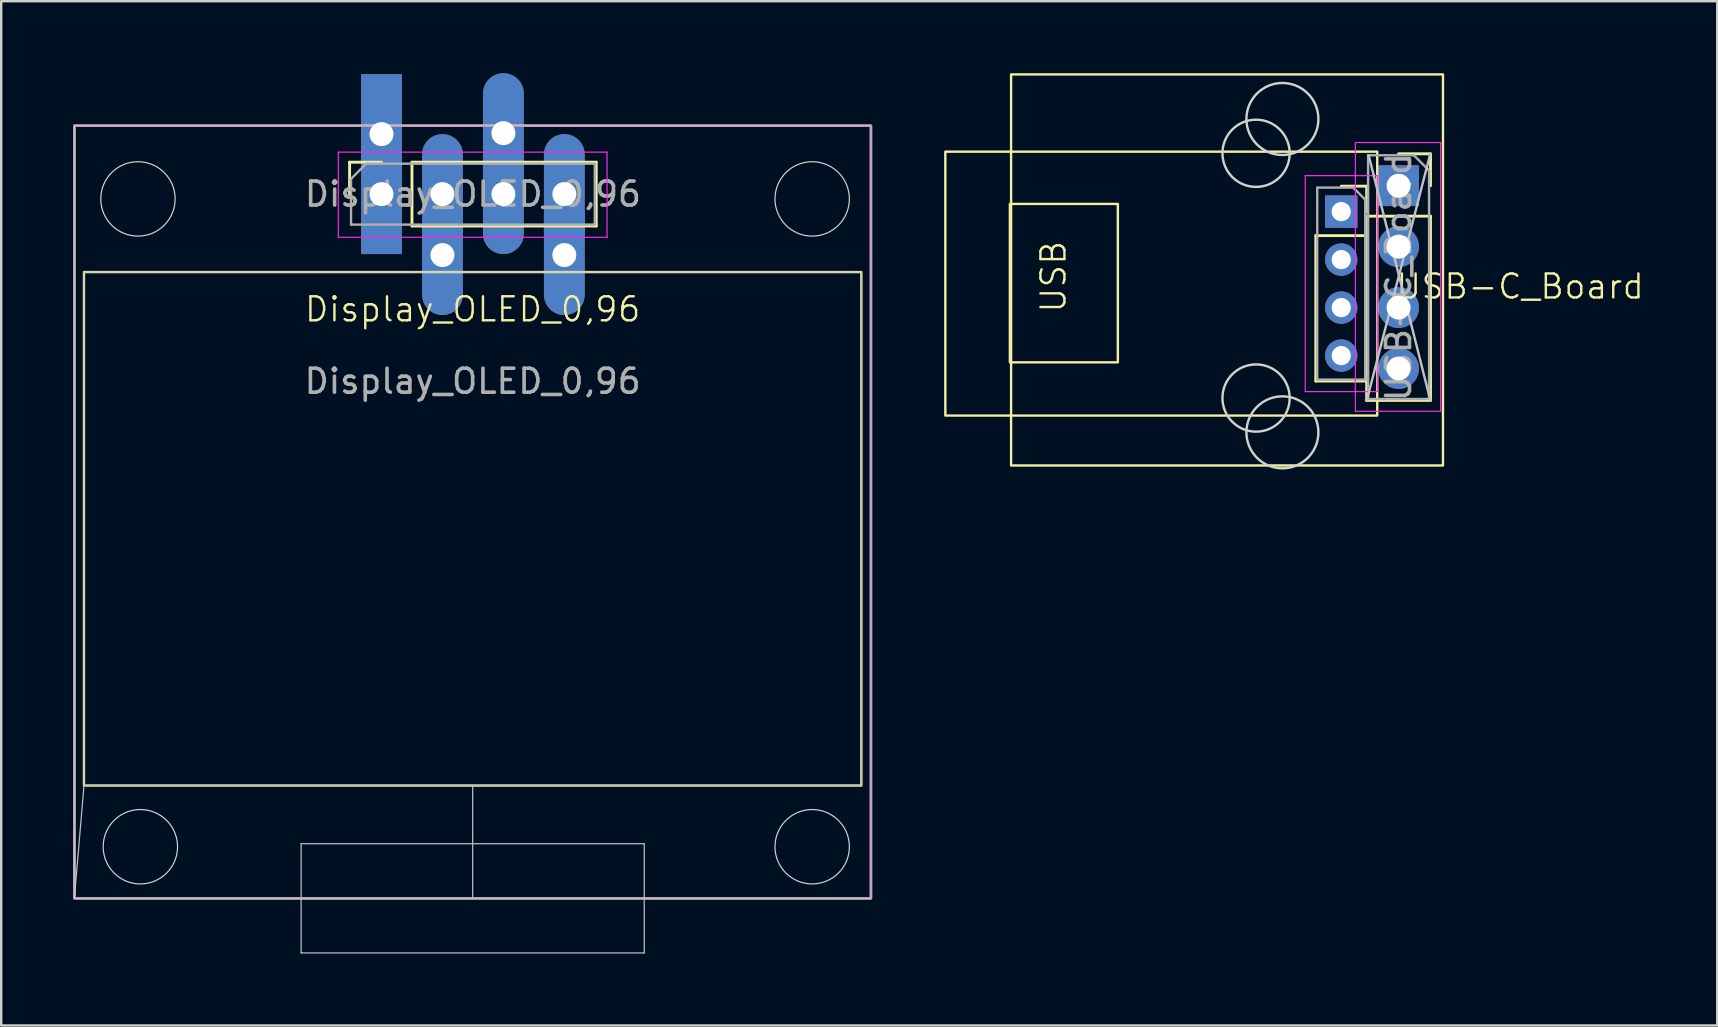
<source format=kicad_pcb>
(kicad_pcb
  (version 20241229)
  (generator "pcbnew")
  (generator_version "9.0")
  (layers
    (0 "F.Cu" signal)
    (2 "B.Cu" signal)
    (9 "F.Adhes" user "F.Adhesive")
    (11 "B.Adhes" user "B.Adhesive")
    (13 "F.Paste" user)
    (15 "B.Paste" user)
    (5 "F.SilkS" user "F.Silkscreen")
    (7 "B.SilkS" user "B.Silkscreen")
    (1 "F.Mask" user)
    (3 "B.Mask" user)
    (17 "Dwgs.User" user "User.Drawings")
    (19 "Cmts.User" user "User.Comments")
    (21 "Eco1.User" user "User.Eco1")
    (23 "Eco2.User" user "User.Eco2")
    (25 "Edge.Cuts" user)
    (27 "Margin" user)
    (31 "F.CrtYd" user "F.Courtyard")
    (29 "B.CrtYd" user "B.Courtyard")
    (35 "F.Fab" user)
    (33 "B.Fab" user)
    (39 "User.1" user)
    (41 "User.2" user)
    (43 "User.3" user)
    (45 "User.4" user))
  (footprint "Display_OLED_0,96"
    (layer "F.Cu")
    (at 16.65 10.34)
    (property "Reference" "Display_OLED_0,96" (at 0 -0.5 0) (unlocked yes) (layer "F.SilkS") (effects (font (size 1 1) (thickness 0.1))))
    (attr smd)
    (fp_line (start -5.13 -6.63) (end -3.8 -6.63) (stroke (width 0.12) (type solid)) (layer "F.SilkS"))
    (fp_line (start -5.13 -5.3) (end -5.13 -6.63) (stroke (width 0.12) (type solid)) (layer "F.SilkS"))
    (fp_line (start -2.53 -6.63) (end 5.15 -6.63) (stroke (width 0.12) (type solid)) (layer "F.SilkS"))
    (fp_line (start -2.53 -3.97) (end -2.53 -6.63) (stroke (width 0.12) (type solid)) (layer "F.SilkS"))
    (fp_line (start -2.53 -3.97) (end 5.15 -3.97) (stroke (width 0.12) (type solid)) (layer "F.SilkS"))
    (fp_line (start 5.15 -3.97) (end 5.15 -6.63) (stroke (width 0.12) (type solid)) (layer "F.SilkS"))
    (fp_rect (start -16.6 -8.15) (end 16.6 24.05) (stroke (width 0.1) (type default)) (fill no) (layer "F.SilkS"))
    (fp_rect (start -16.2 -2.05) (end 16.2 19.35) (stroke (width 0.1) (type default)) (fill no) (layer "F.SilkS"))
    (fp_line (start -16.2 19.35) (end -16.6 24.05) (stroke (width 0.05) (type default)) (layer "Dwgs.User"))
    (fp_line (start -7.15 21.775) (end 7.15 21.775) (stroke (width 0.05) (type default)) (layer "Dwgs.User"))
    (fp_line (start -7.15 26.325) (end -7.15 21.775) (stroke (width 0.05) (type default)) (layer "Dwgs.User"))
    (fp_line (start 0 19.35) (end 0 24.05) (stroke (width 0.05) (type default)) (layer "Dwgs.User"))
    (fp_line (start 7.15 21.775) (end 7.15 26.325) (stroke (width 0.05) (type default)) (layer "Dwgs.User"))
    (fp_line (start 7.15 26.325) (end -7.15 26.325) (stroke (width 0.05) (type default)) (layer "Dwgs.User"))
    (fp_rect (start -16.6 -8.15) (end 16.6 24.05) (stroke (width 0.05) (type default)) (fill no) (layer "Dwgs.User"))
    (fp_rect (start -16.2 -2.05) (end 16.2 19.35) (stroke (width 0.05) (type default)) (fill no) (layer "Dwgs.User"))
    (fp_circle (center -13.95 -5.1) (end -12.4 -5.1) (stroke (width 0.05) (type default)) (fill no) (layer "Edge.Cuts"))
    (fp_circle (center -13.85 21.9) (end -12.3 21.9) (stroke (width 0.05) (type default)) (fill no) (layer "Edge.Cuts"))
    (fp_circle (center 14.15 -5.1) (end 15.7 -5.1) (stroke (width 0.05) (type default)) (fill no) (layer "Edge.Cuts"))
    (fp_circle (center 14.15 21.9) (end 15.7 21.9) (stroke (width 0.05) (type default)) (fill no) (layer "Edge.Cuts"))
    (fp_line (start -5.6 -7.05) (end 5.6 -7.05) (stroke (width 0.05) (type solid)) (layer "F.CrtYd"))
    (fp_line (start -5.6 -3.5) (end -5.6 -7.05) (stroke (width 0.05) (type solid)) (layer "F.CrtYd"))
    (fp_line (start 5.6 -7.05) (end 5.6 -3.5) (stroke (width 0.05) (type solid)) (layer "F.CrtYd"))
    (fp_line (start 5.6 -3.5) (end -5.6 -3.5) (stroke (width 0.05) (type solid)) (layer "F.CrtYd"))
    (fp_rect (start -16.6 -8.15) (end 16.6 24.05) (stroke (width 0.05) (type default)) (fill no) (layer "F.CrtYd"))
    (fp_line (start -5.07 -5.935) (end -4.435 -6.57) (stroke (width 0.1) (type solid)) (layer "F.Fab"))
    (fp_line (start -5.07 -4.03) (end -5.07 -5.935) (stroke (width 0.1) (type solid)) (layer "F.Fab"))
    (fp_line (start -4.435 -6.57) (end 5.09 -6.57) (stroke (width 0.1) (type solid)) (layer "F.Fab"))
    (fp_line (start 5.09 -6.57) (end 5.09 -4.03) (stroke (width 0.1) (type solid)) (layer "F.Fab"))
    (fp_line (start 5.09 -4.03) (end -5.07 -4.03) (stroke (width 0.1) (type solid)) (layer "F.Fab"))
    (fp_rect (start -16.6 -8.15) (end 16.6 24.05) (stroke (width 0.1) (type default)) (fill no) (layer "F.Fab"))
    (fp_text user "${REFERENCE}" (at 0 2.5 0) (unlocked yes) (layer "F.Fab") (effects (font (size 1 1) (thickness 0.15))))
    (fp_text user "${REFERENCE}" (at 0.01 -5.3 180) (layer "F.Fab") (effects (font (size 1 1) (thickness 0.15))))
    (pad "1" thru_hole rect (at -3.8 -7.8 90) (size 5 1.7) (drill 1) (layers "*.Cu" "*.Mask"))
    (pad "1" thru_hole rect (at -3.8 -5.3 90) (size 5 1.7) (drill 1) (layers "*.Cu" "*.Mask"))
    (pad "2" thru_hole oval (at -1.26 -5.3 90) (size 5 1.7) (drill 1) (layers "*.Cu" "*.Mask"))
    (pad "2" thru_hole oval (at -1.26 -2.76 90) (size 5 1.7) (drill 1) (layers "*.Cu" "*.Mask"))
    (pad "3" thru_hole oval (at 1.28 -7.84 90) (size 5 1.7) (drill 1) (layers "*.Cu" "*.Mask"))
    (pad "3" thru_hole oval (at 1.28 -5.3 90) (size 5 1.7) (drill 1) (layers "*.Cu" "*.Mask"))
    (pad "4" thru_hole oval (at 3.82 -5.3 90) (size 5 1.7) (drill 1) (layers "*.Cu" "*.Mask"))
    (pad "4" thru_hole oval (at 3.82 -2.76 90) (size 5 1.7) (drill 1) (layers "*.Cu" "*.Mask")))
  (footprint "USB-C_Board"
    (layer "F.Cu")
    (at 55.256 8.439)
    (property "Reference" "USB-C_Board" (at 5.05 0.45 0) (unlocked yes) (layer "F.SilkS") (effects (font (size 1 1) (thickness 0.1))))
    (attr smd)
    (fp_line (start -3.466 -1.669) (end -3.466 4.391) (stroke (width 0.12) (type solid)) (layer "F.SilkS"))
    (fp_line (start -3.466 -1.669) (end -1.346 -1.669) (stroke (width 0.12) (type solid)) (layer "F.SilkS"))
    (fp_line (start -3.466 4.391) (end -1.346 4.391) (stroke (width 0.12) (type solid)) (layer "F.SilkS"))
    (fp_line (start -2.406 -3.729) (end -1.346 -3.729) (stroke (width 0.12) (type solid)) (layer "F.SilkS"))
    (fp_line (start -1.346 -3.729) (end -1.346 -2.669) (stroke (width 0.12) (type solid)) (layer "F.SilkS"))
    (fp_line (start -1.346 -2.479) (end -1.346 5.201) (stroke (width 0.12) (type solid)) (layer "F.SilkS"))
    (fp_line (start -1.346 -2.479) (end 1.314 -2.479) (stroke (width 0.12) (type solid)) (layer "F.SilkS"))
    (fp_line (start -1.346 -1.669) (end -1.346 4.391) (stroke (width 0.12) (type solid)) (layer "F.SilkS"))
    (fp_line (start -1.346 5.201) (end 1.314 5.201) (stroke (width 0.12) (type solid)) (layer "F.SilkS"))
    (fp_line (start -0.016 -5.079) (end 1.314 -5.079) (stroke (width 0.12) (type solid)) (layer "F.SilkS"))
    (fp_line (start 1.314 -5.079) (end 1.314 -3.749) (stroke (width 0.12) (type solid)) (layer "F.SilkS"))
    (fp_line (start 1.314 -2.479) (end 1.314 5.201) (stroke (width 0.12) (type solid)) (layer "F.SilkS"))
    (fp_rect (start -18.906 -5.169) (end -0.906 5.831) (stroke (width 0.1) (type default)) (fill no) (layer "F.SilkS"))
    (fp_rect (start -16.216 -2.989) (end -11.716 3.611) (stroke (width 0.1) (type default)) (fill no) (layer "F.SilkS"))
    (fp_rect (start -16.166 -8.389) (end 1.834 7.911) (stroke (width 0.1) (type default)) (fill no) (layer "F.SilkS"))
    (fp_line (start 1.305 -5.078) (end -1.337 5.184) (stroke (width 0.1) (type default)) (layer "Dwgs.User"))
    (fp_line (start 1.305 5.184) (end -1.26 -5.002) (stroke (width 0.1) (type default)) (layer "Dwgs.User"))
    (fp_circle (center -5.956 -5.1) (end -4.555 -5.1) (stroke (width 0.1) (type default)) (fill no) (layer "Edge.Cuts"))
    (fp_circle (center -5.956 5.1) (end -4.555 5.1) (stroke (width 0.1) (type default)) (fill no) (layer "Edge.Cuts"))
    (fp_circle (center -4.858 -6.53) (end -3.358 -6.53) (stroke (width 0.1) (type default)) (fill no) (layer "Edge.Cuts"))
    (fp_circle (center -4.858 6.53) (end -3.358 6.53) (stroke (width 0.1) (type default)) (fill no) (layer "Edge.Cuts"))
    (fp_line (start -3.906 -4.169) (end -0.906 -4.169) (stroke (width 0.05) (type solid)) (layer "F.CrtYd"))
    (fp_line (start -3.906 4.831) (end -3.906 -4.169) (stroke (width 0.05) (type solid)) (layer "F.CrtYd"))
    (fp_line (start -1.816 -5.549) (end 1.734 -5.549) (stroke (width 0.05) (type solid)) (layer "F.CrtYd"))
    (fp_line (start -1.816 5.651) (end -1.816 -5.549) (stroke (width 0.05) (type solid)) (layer "F.CrtYd"))
    (fp_line (start -0.906 -4.169) (end -0.906 4.831) (stroke (width 0.05) (type solid)) (layer "F.CrtYd"))
    (fp_line (start -0.906 4.831) (end -3.906 4.831) (stroke (width 0.05) (type solid)) (layer "F.CrtYd"))
    (fp_line (start 1.734 -5.549) (end 1.734 5.651) (stroke (width 0.05) (type solid)) (layer "F.CrtYd"))
    (fp_line (start 1.734 5.651) (end -1.816 5.651) (stroke (width 0.05) (type solid)) (layer "F.CrtYd"))
    (fp_line (start -3.406 -3.669) (end -1.906 -3.669) (stroke (width 0.1) (type solid)) (layer "F.Fab"))
    (fp_line (start -3.406 4.331) (end -3.406 -3.669) (stroke (width 0.1) (type solid)) (layer "F.Fab"))
    (fp_line (start -1.906 -3.669) (end -1.406 -3.169) (stroke (width 0.1) (type solid)) (layer "F.Fab"))
    (fp_line (start -1.406 -3.169) (end -1.406 4.331) (stroke (width 0.1) (type solid)) (layer "F.Fab"))
    (fp_line (start -1.406 4.331) (end -3.406 4.331) (stroke (width 0.1) (type solid)) (layer "F.Fab"))
    (fp_line (start -1.286 -5.019) (end 0.619 -5.019) (stroke (width 0.1) (type solid)) (layer "F.Fab"))
    (fp_line (start -1.286 5.141) (end -1.286 -5.019) (stroke (width 0.1) (type solid)) (layer "F.Fab"))
    (fp_line (start 0.619 -5.019) (end 1.254 -4.384) (stroke (width 0.1) (type solid)) (layer "F.Fab"))
    (fp_line (start 1.254 -4.384) (end 1.254 5.141) (stroke (width 0.1) (type solid)) (layer "F.Fab"))
    (fp_line (start 1.254 5.141) (end -1.286 5.141) (stroke (width 0.1) (type solid)) (layer "F.Fab"))
    (fp_text user "USB" (at -13.816 1.611 90) (unlocked yes) (layer "F.SilkS") (effects (font (size 1 1) (thickness 0.1)) (justify left bottom)))
    (fp_text user "${REFERENCE}" (at -0.016 0.061 90) (layer "F.Fab") (effects (font (size 1 1) (thickness 0.15))))
    (pad "1" thru_hole rect (at -2.406 -2.669) (size 1.35 1.35) (drill 0.8) (layers "*.Cu" "*.Mask"))
    (pad "1" thru_hole rect (at -0.016 -3.749) (size 1.7 1.7) (drill 1) (layers "*.Cu" "*.Mask"))
    (pad "2" thru_hole oval (at -2.406 -0.669) (size 1.35 1.35) (drill 0.8) (layers "*.Cu" "*.Mask"))
    (pad "2" thru_hole oval (at -0.016 -1.209) (size 1.7 1.7) (drill 1) (layers "*.Cu" "*.Mask"))
    (pad "3" thru_hole oval (at -2.406 1.331) (size 1.35 1.35) (drill 0.8) (layers "*.Cu" "*.Mask"))
    (pad "3" thru_hole oval (at -0.016 1.331) (size 1.7 1.7) (drill 1) (layers "*.Cu" "*.Mask"))
    (pad "4" thru_hole oval (at -2.406 3.331) (size 1.35 1.35) (drill 0.8) (layers "*.Cu" "*.Mask"))
    (pad "4" thru_hole oval (at -0.016 3.871) (size 1.7 1.7) (drill 1) (layers "*.Cu" "*.Mask")))
  (gr_rect
    (start -3 -3)
    (end 68.522 39.69)
    (stroke (width 0.1) (type default))
    (fill no)
    (layer "Edge.Cuts")))
</source>
